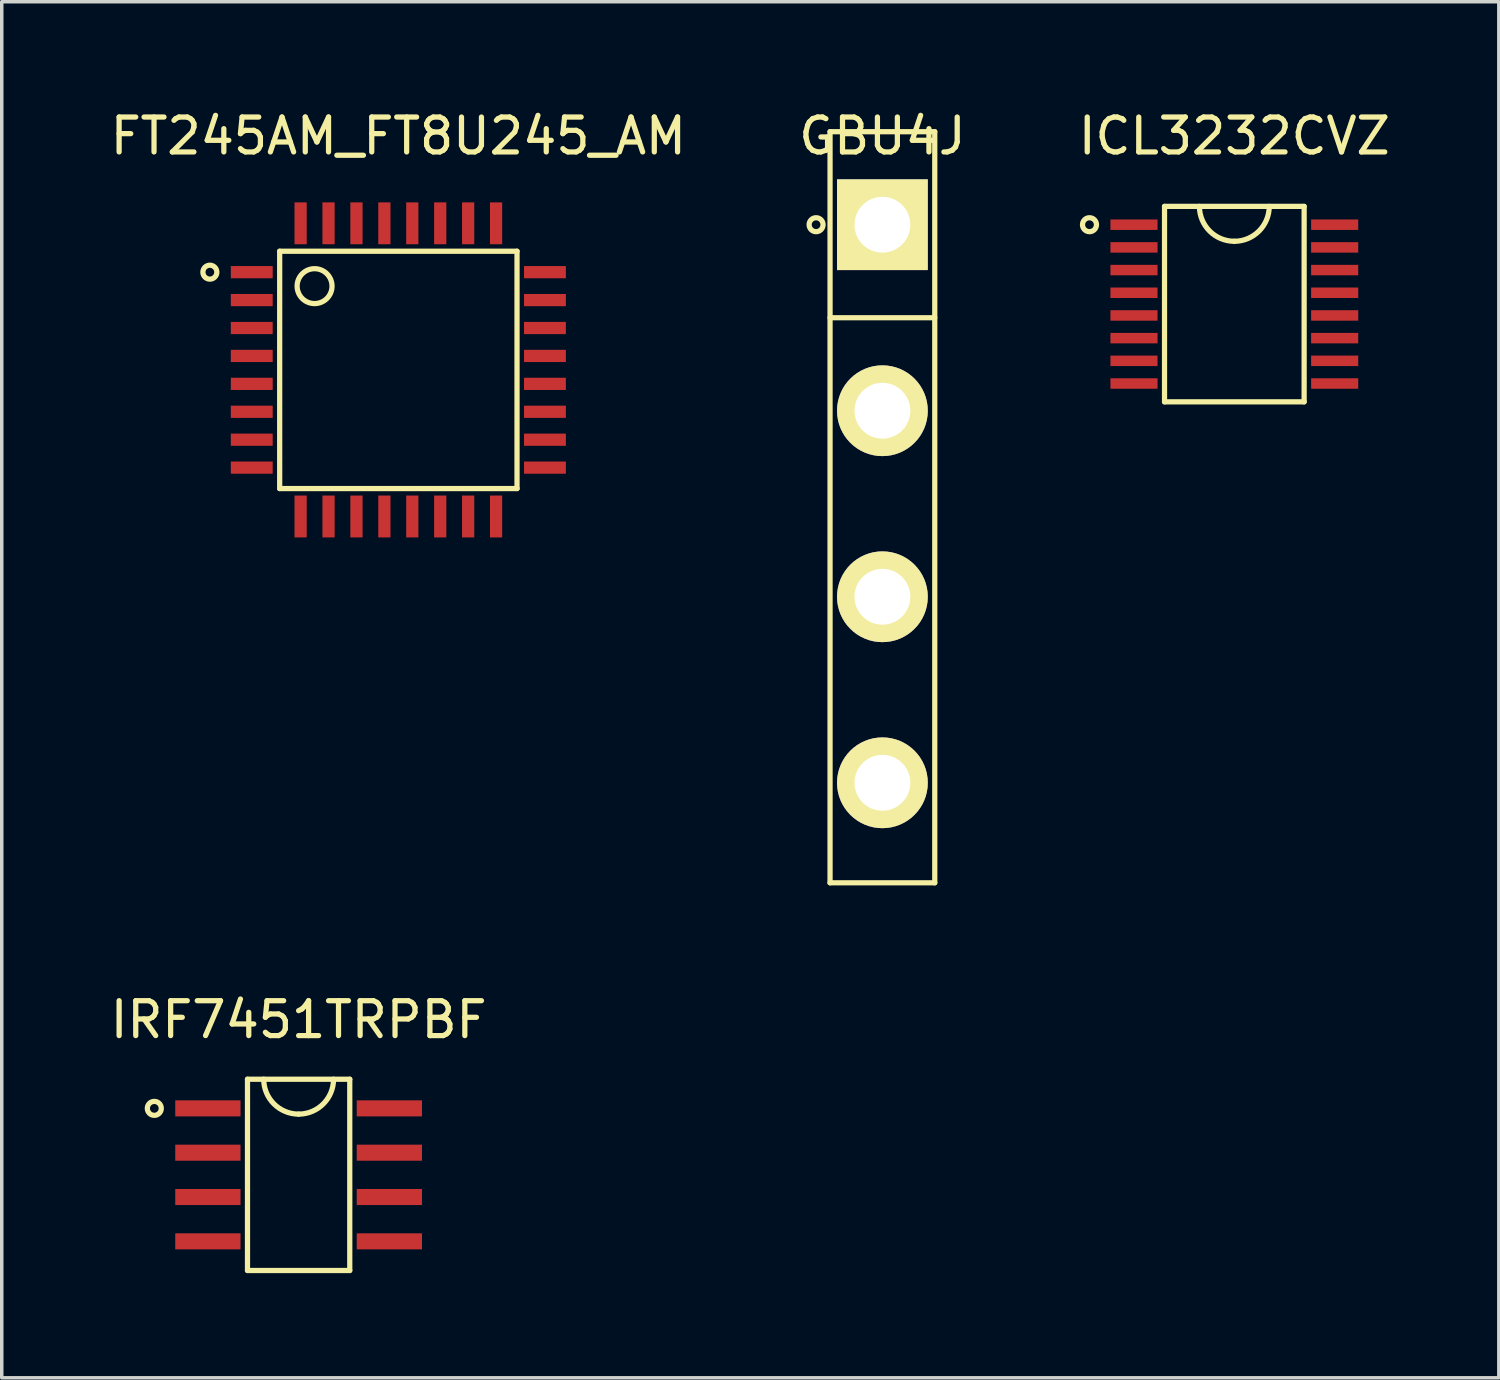
<source format=kicad_pcb>
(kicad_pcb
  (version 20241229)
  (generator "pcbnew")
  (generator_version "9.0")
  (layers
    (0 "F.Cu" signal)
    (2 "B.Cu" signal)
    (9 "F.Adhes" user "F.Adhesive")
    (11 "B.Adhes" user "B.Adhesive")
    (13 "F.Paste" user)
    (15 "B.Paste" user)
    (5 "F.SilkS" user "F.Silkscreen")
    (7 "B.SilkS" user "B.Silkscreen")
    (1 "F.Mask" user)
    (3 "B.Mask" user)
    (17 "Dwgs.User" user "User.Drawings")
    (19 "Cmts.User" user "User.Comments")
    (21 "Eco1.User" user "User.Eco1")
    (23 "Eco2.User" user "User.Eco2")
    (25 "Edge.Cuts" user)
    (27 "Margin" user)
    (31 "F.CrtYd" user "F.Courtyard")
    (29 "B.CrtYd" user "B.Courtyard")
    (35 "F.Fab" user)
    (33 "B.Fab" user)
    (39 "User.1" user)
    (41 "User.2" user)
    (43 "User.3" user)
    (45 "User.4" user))
  (footprint "ICL3232CVZ"
    (layer "F.Cu")
    (at 29.44 3.388)
    (property "Reference" "ICL3232CVZ" (at 2.875 -2.54 0) (layer "F.SilkS") (effects (font (size 1 1) (thickness 0.15))))
    (attr through_hole)
    (fp_line (start 0.875 -0.525) (end 4.875 -0.525) (stroke (width 0.15) (type solid)) (layer "F.SilkS"))
    (fp_line (start 0.875 5.075) (end 0.875 -0.525) (stroke (width 0.15) (type solid)) (layer "F.SilkS"))
    (fp_line (start 4.875 -0.525) (end 4.875 5.075) (stroke (width 0.15) (type solid)) (layer "F.SilkS"))
    (fp_line (start 4.875 5.075) (end 0.875 5.075) (stroke (width 0.15) (type solid)) (layer "F.SilkS"))
    (fp_arc (start 2.875 0.475) (mid 2.167893 0.182107) (end 1.875 -0.525) (stroke (width 0.15) (type solid)) (layer "F.SilkS"))
    (fp_arc (start 3.875 -0.525) (mid 3.582107 0.182107) (end 2.875 0.475) (stroke (width 0.15) (type solid)) (layer "F.SilkS"))
    (fp_circle (center -1.275 0) (end -1.275 0.2) (stroke (width 0.15) (type solid)) (fill no) (layer "F.SilkS"))
    (pad "1" smd rect (at 0 0) (size 1.35 0.3) (layers "F.Cu" "F.Mask" "F.Paste"))
    (pad "2" smd rect (at 0 0.65) (size 1.35 0.3) (layers "F.Cu" "F.Mask" "F.Paste"))
    (pad "3" smd rect (at 0 1.3) (size 1.35 0.3) (layers "F.Cu" "F.Mask" "F.Paste"))
    (pad "4" smd rect (at 0 1.95) (size 1.35 0.3) (layers "F.Cu" "F.Mask" "F.Paste"))
    (pad "5" smd rect (at 0 2.6) (size 1.35 0.3) (layers "F.Cu" "F.Mask" "F.Paste"))
    (pad "6" smd rect (at 0 3.25) (size 1.35 0.3) (layers "F.Cu" "F.Mask" "F.Paste"))
    (pad "7" smd rect (at 0 3.9) (size 1.35 0.3) (layers "F.Cu" "F.Mask" "F.Paste"))
    (pad "8" smd rect (at 0 4.55) (size 1.35 0.3) (layers "F.Cu" "F.Mask" "F.Paste"))
    (pad "9" smd rect (at 5.75 4.55) (size 1.35 0.3) (layers "F.Cu" "F.Mask" "F.Paste"))
    (pad "10" smd rect (at 5.75 3.9) (size 1.35 0.3) (layers "F.Cu" "F.Mask" "F.Paste"))
    (pad "11" smd rect (at 5.75 3.25) (size 1.35 0.3) (layers "F.Cu" "F.Mask" "F.Paste"))
    (pad "12" smd rect (at 5.75 2.6) (size 1.35 0.3) (layers "F.Cu" "F.Mask" "F.Paste"))
    (pad "13" smd rect (at 5.75 1.95) (size 1.35 0.3) (layers "F.Cu" "F.Mask" "F.Paste"))
    (pad "14" smd rect (at 5.75 1.3) (size 1.35 0.3) (layers "F.Cu" "F.Mask" "F.Paste"))
    (pad "15" smd rect (at 5.75 0.65) (size 1.35 0.3) (layers "F.Cu" "F.Mask" "F.Paste"))
    (pad "16" smd rect (at 5.75 0) (size 1.35 0.3) (layers "F.Cu" "F.Mask" "F.Paste")))
  (footprint "FT245AM_FT8U245_AM"
    (layer "F.Cu")
    (at 4.163 3.348)
    (property "Reference" "FT245AM_FT8U245_AM" (at 4.2 -2.5 0) (layer "F.SilkS") (effects (font (size 1 1) (thickness 0.15))))
    (attr through_hole)
    (fp_line (start 0.8 0.8) (end 0.8 7.6) (stroke (width 0.15) (type solid)) (layer "F.SilkS"))
    (fp_line (start 0.8 0.8) (end 7.6 0.8) (stroke (width 0.15) (type solid)) (layer "F.SilkS"))
    (fp_line (start 0.8 7.6) (end 7.6 7.6) (stroke (width 0.15) (type solid)) (layer "F.SilkS"))
    (fp_line (start 7.6 7.6) (end 7.6 0.8) (stroke (width 0.15) (type solid)) (layer "F.SilkS"))
    (fp_circle (center -1.2 1.4) (end -1.2 1.2) (stroke (width 0.15) (type solid)) (fill no) (layer "F.SilkS"))
    (fp_circle (center 1.8 1.8) (end 1.8 1.3) (stroke (width 0.15) (type solid)) (fill no) (layer "F.SilkS"))
    (pad "1" smd rect (at 0 1.4) (size 1.2 0.35) (layers "F.Cu" "F.Mask" "F.Paste"))
    (pad "2" smd rect (at 0 2.2) (size 1.2 0.35) (layers "F.Cu" "F.Mask" "F.Paste"))
    (pad "3" smd rect (at 0 3) (size 1.2 0.35) (layers "F.Cu" "F.Mask" "F.Paste"))
    (pad "4" smd rect (at 0 3.8) (size 1.2 0.35) (layers "F.Cu" "F.Mask" "F.Paste"))
    (pad "5" smd rect (at 0 4.6) (size 1.2 0.35) (layers "F.Cu" "F.Mask" "F.Paste"))
    (pad "6" smd rect (at 0 5.4) (size 1.2 0.35) (layers "F.Cu" "F.Mask" "F.Paste"))
    (pad "7" smd rect (at 0 6.2) (size 1.2 0.35) (layers "F.Cu" "F.Mask" "F.Paste"))
    (pad "8" smd rect (at 0 7) (size 1.2 0.35) (layers "F.Cu" "F.Mask" "F.Paste"))
    (pad "9" smd rect (at 1.4 8.4) (size 0.35 1.2) (layers "F.Cu" "F.Mask" "F.Paste"))
    (pad "10" smd rect (at 2.2 8.4) (size 0.35 1.2) (layers "F.Cu" "F.Mask" "F.Paste"))
    (pad "11" smd rect (at 3 8.4) (size 0.35 1.2) (layers "F.Cu" "F.Mask" "F.Paste"))
    (pad "12" smd rect (at 3.8 8.4) (size 0.35 1.2) (layers "F.Cu" "F.Mask" "F.Paste"))
    (pad "13" smd rect (at 4.6 8.4) (size 0.35 1.2) (layers "F.Cu" "F.Mask" "F.Paste"))
    (pad "14" smd rect (at 5.4 8.4) (size 0.35 1.2) (layers "F.Cu" "F.Mask" "F.Paste"))
    (pad "15" smd rect (at 6.2 8.4) (size 0.35 1.2) (layers "F.Cu" "F.Mask" "F.Paste"))
    (pad "16" smd rect (at 7 8.4) (size 0.35 1.2) (layers "F.Cu" "F.Mask" "F.Paste"))
    (pad "17" smd rect (at 8.4 7) (size 1.2 0.35) (layers "F.Cu" "F.Mask" "F.Paste"))
    (pad "18" smd rect (at 8.4 6.2) (size 1.2 0.35) (layers "F.Cu" "F.Mask" "F.Paste"))
    (pad "19" smd rect (at 8.4 5.4) (size 1.2 0.35) (layers "F.Cu" "F.Mask" "F.Paste"))
    (pad "20" smd rect (at 8.4 4.6) (size 1.2 0.35) (layers "F.Cu" "F.Mask" "F.Paste"))
    (pad "21" smd rect (at 8.4 3.8) (size 1.2 0.35) (layers "F.Cu" "F.Mask" "F.Paste"))
    (pad "22" smd rect (at 8.4 3) (size 1.2 0.35) (layers "F.Cu" "F.Mask" "F.Paste"))
    (pad "23" smd rect (at 8.4 2.2) (size 1.2 0.35) (layers "F.Cu" "F.Mask" "F.Paste"))
    (pad "24" smd rect (at 8.4 1.4) (size 1.2 0.35) (layers "F.Cu" "F.Mask" "F.Paste"))
    (pad "25" smd rect (at 7 0) (size 0.35 1.2) (layers "F.Cu" "F.Mask" "F.Paste"))
    (pad "26" smd rect (at 6.2 0) (size 0.35 1.2) (layers "F.Cu" "F.Mask" "F.Paste"))
    (pad "27" smd rect (at 5.4 0) (size 0.35 1.2) (layers "F.Cu" "F.Mask" "F.Paste"))
    (pad "28" smd rect (at 4.6 0) (size 0.35 1.2) (layers "F.Cu" "F.Mask" "F.Paste"))
    (pad "29" smd rect (at 3.8 0) (size 0.35 1.2) (layers "F.Cu" "F.Mask" "F.Paste"))
    (pad "30" smd rect (at 3 0) (size 0.35 1.2) (layers "F.Cu" "F.Mask" "F.Paste"))
    (pad "31" smd rect (at 2.2 0) (size 0.35 1.2) (layers "F.Cu" "F.Mask" "F.Paste"))
    (pad "32" smd rect (at 1.4 0) (size 0.35 1.2) (layers "F.Cu" "F.Mask" "F.Paste")))
  (footprint "IRF7451TRPBF"
    (layer "F.Cu")
    (at 2.906 28.706)
    (property "Reference" "IRF7451TRPBF" (at 2.6 -2.54 0) (layer "F.SilkS") (effects (font (size 1 1) (thickness 0.15))))
    (attr through_hole)
    (fp_line (start 1.135 -0.835) (end 4.065 -0.835) (stroke (width 0.15) (type solid)) (layer "F.SilkS"))
    (fp_line (start 1.135 4.645) (end 1.135 -0.835) (stroke (width 0.15) (type solid)) (layer "F.SilkS"))
    (fp_line (start 4.065 -0.835) (end 4.065 4.645) (stroke (width 0.15) (type solid)) (layer "F.SilkS"))
    (fp_line (start 4.065 4.645) (end 1.135 4.645) (stroke (width 0.15) (type solid)) (layer "F.SilkS"))
    (fp_arc (start 2.6 0.165) (mid 1.892893 -0.127893) (end 1.6 -0.835) (stroke (width 0.15) (type solid)) (layer "F.SilkS"))
    (fp_arc (start 3.6 -0.835) (mid 3.307107 -0.127893) (end 2.6 0.165) (stroke (width 0.15) (type solid)) (layer "F.SilkS"))
    (fp_circle (center -1.535 0) (end -1.535 0.2) (stroke (width 0.15) (type solid)) (fill no) (layer "F.SilkS"))
    (pad "1" smd rect (at 0 0) (size 1.87 0.46) (layers "F.Cu" "F.Mask" "F.Paste"))
    (pad "2" smd rect (at 0 1.27) (size 1.87 0.46) (layers "F.Cu" "F.Mask" "F.Paste"))
    (pad "3" smd rect (at 0 2.54) (size 1.87 0.46) (layers "F.Cu" "F.Mask" "F.Paste"))
    (pad "4" smd rect (at 0 3.81) (size 1.87 0.46) (layers "F.Cu" "F.Mask" "F.Paste"))
    (pad "5" smd rect (at 5.2 3.81) (size 1.87 0.46) (layers "F.Cu" "F.Mask" "F.Paste"))
    (pad "6" smd rect (at 5.2 2.54) (size 1.87 0.46) (layers "F.Cu" "F.Mask" "F.Paste"))
    (pad "7" smd rect (at 5.2 1.27) (size 1.87 0.46) (layers "F.Cu" "F.Mask" "F.Paste"))
    (pad "8" smd rect (at 5.2 0) (size 1.87 0.46) (layers "F.Cu" "F.Mask" "F.Paste")))
  (footprint "GBU4J"
    (layer "F.Cu")
    (at 22.232 3.388)
    (property "Reference" "GBU4J" (at 0 -2.54 0) (layer "F.SilkS") (effects (font (size 1 1) (thickness 0.15))))
    (attr through_hole)
    (fp_line (start -1.5 -2.665) (end 1.5 -2.665) (stroke (width 0.15) (type solid)) (layer "F.SilkS"))
    (fp_line (start -1.5 2.665) (end 1.5 2.665) (stroke (width 0.15) (type solid)) (layer "F.SilkS"))
    (fp_line (start -1.5 18.855) (end -1.5 -2.665) (stroke (width 0.15) (type solid)) (layer "F.SilkS"))
    (fp_line (start 1.5 -2.665) (end 1.5 18.855) (stroke (width 0.15) (type solid)) (layer "F.SilkS"))
    (fp_line (start 1.5 18.855) (end -1.5 18.855) (stroke (width 0.15) (type solid)) (layer "F.SilkS"))
    (fp_circle (center -1.9 0) (end -1.9 0.2) (stroke (width 0.15) (type solid)) (fill no) (layer "F.SilkS"))
    (pad "1" thru_hole rect (at 0 0) (size 2.6 2.6) (drill 1.6) (layers "*.Cu" "*.Mask" "F.SilkS"))
    (pad "2" thru_hole circle (at 0 5.33) (size 2.6 2.6) (drill 1.6) (layers "*.Cu" "*.Mask" "F.SilkS"))
    (pad "3" thru_hole circle (at 0 10.66) (size 2.6 2.6) (drill 1.6) (layers "*.Cu" "*.Mask" "F.SilkS"))
    (pad "4" thru_hole circle (at 0 15.99) (size 2.6 2.6) (drill 1.6) (layers "*.Cu" "*.Mask" "F.SilkS")))
  (gr_rect
    (start -3 -3)
    (end 39.893 36.426)
    (stroke (width 0.1) (type default))
    (fill no)
    (layer "Edge.Cuts")))
</source>
